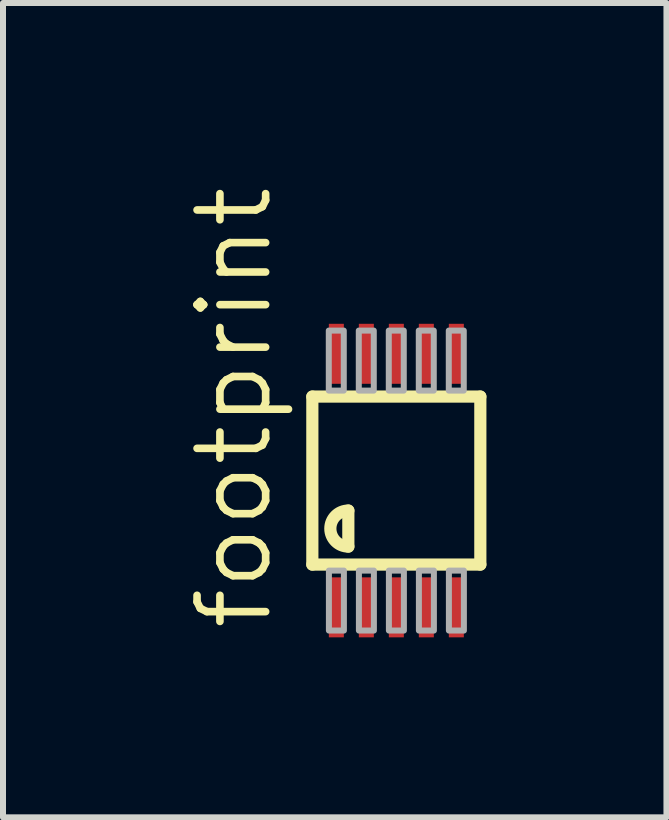
<source format=kicad_pcb>
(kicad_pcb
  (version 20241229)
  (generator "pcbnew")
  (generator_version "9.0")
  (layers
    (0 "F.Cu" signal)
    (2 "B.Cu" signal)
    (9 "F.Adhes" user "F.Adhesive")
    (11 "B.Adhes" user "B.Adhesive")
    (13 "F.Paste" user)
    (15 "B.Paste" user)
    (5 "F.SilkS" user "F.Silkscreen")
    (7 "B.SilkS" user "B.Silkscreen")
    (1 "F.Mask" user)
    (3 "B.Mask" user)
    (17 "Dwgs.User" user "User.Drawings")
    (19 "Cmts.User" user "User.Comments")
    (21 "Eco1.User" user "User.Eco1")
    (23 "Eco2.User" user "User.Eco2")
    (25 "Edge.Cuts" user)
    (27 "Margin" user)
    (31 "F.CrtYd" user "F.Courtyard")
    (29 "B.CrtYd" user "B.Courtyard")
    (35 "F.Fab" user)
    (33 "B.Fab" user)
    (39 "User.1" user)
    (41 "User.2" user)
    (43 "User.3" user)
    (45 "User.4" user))
  (footprint "footprint"
    (layer "F.Cu")
    (at 3.556 4.96)
    (property "Reference" "footprint" (at -2.032 2.54 90) (layer "F.SilkS") (effects (font (size 1.143 1.143) (thickness 0.127)) (justify left bottom)))
    (fp_line (start -1.4 -1.4) (end 1.4 -1.4) (stroke (width 0.203) (type solid)) (layer "F.SilkS"))
    (fp_line (start -1.4 1.4) (end -1.4 -1.4) (stroke (width 0.203) (type solid)) (layer "F.SilkS"))
    (fp_line (start -0.8 0.5) (end -0.8 1.1) (stroke (width 0.203) (type solid)) (layer "F.SilkS"))
    (fp_line (start 1.4 -1.4) (end 1.4 1.4) (stroke (width 0.203) (type solid)) (layer "F.SilkS"))
    (fp_line (start 1.4 1.4) (end -1.4 1.4) (stroke (width 0.203) (type solid)) (layer "F.SilkS"))
    (fp_arc (start -0.8 1.1) (mid -1.1 0.8) (end -0.8 0.5) (stroke (width 0.2032) (type solid)) (layer "F.SilkS"))
    (fp_poly (pts (xy -1.124 2.5) (xy -0.874 2.5) (xy -0.874 1.5) (xy -1.124 1.5)) (stroke (width 0.1) (type solid)) (fill no) (layer "F.Fab"))
    (fp_poly (pts (xy -0.876 -2.5) (xy -1.126 -2.5) (xy -1.126 -1.5) (xy -0.876 -1.5)) (stroke (width 0.1) (type solid)) (fill no) (layer "F.Fab"))
    (fp_poly (pts (xy -0.624 2.5) (xy -0.374 2.5) (xy -0.374 1.5) (xy -0.624 1.5)) (stroke (width 0.1) (type solid)) (fill no) (layer "F.Fab"))
    (fp_poly (pts (xy -0.376 -2.5) (xy -0.626 -2.5) (xy -0.626 -1.5) (xy -0.376 -1.5)) (stroke (width 0.1) (type solid)) (fill no) (layer "F.Fab"))
    (fp_poly (pts (xy -0.124 2.5) (xy 0.126 2.5) (xy 0.126 1.5) (xy -0.124 1.5)) (stroke (width 0.1) (type solid)) (fill no) (layer "F.Fab"))
    (fp_poly (pts (xy 0.124 -2.5) (xy -0.126 -2.5) (xy -0.126 -1.5) (xy 0.124 -1.5)) (stroke (width 0.1) (type solid)) (fill no) (layer "F.Fab"))
    (fp_poly (pts (xy 0.376 2.5) (xy 0.626 2.5) (xy 0.626 1.5) (xy 0.376 1.5)) (stroke (width 0.1) (type solid)) (fill no) (layer "F.Fab"))
    (fp_poly (pts (xy 0.624 -2.5) (xy 0.374 -2.5) (xy 0.374 -1.5) (xy 0.624 -1.5)) (stroke (width 0.1) (type solid)) (fill no) (layer "F.Fab"))
    (fp_poly (pts (xy 0.876 2.5) (xy 1.126 2.5) (xy 1.126 1.5) (xy 0.876 1.5)) (stroke (width 0.1) (type solid)) (fill no) (layer "F.Fab"))
    (fp_poly (pts (xy 1.124 -2.5) (xy 0.874 -2.5) (xy 0.874 -1.5) (xy 1.124 -1.5)) (stroke (width 0.1) (type solid)) (fill no) (layer "F.Fab"))
    (pad "1" smd rect (at -1 2.113) (size 0.25 1) (layers "F.Cu" "F.Mask" "F.Paste"))
    (pad "2" smd rect (at -0.5 2.113) (size 0.25 1) (layers "F.Cu" "F.Mask" "F.Paste"))
    (pad "3" smd rect (at 0 2.113) (size 0.25 1) (layers "F.Cu" "F.Mask" "F.Paste"))
    (pad "4" smd rect (at 0.5 2.113) (size 0.25 1) (layers "F.Cu" "F.Mask" "F.Paste"))
    (pad "5" smd rect (at 1 2.113) (size 0.25 1) (layers "F.Cu" "F.Mask" "F.Paste"))
    (pad "6" smd rect (at 1 -2.113 180) (size 0.25 1) (layers "F.Cu" "F.Mask" "F.Paste"))
    (pad "7" smd rect (at 0.5 -2.113 180) (size 0.25 1) (layers "F.Cu" "F.Mask" "F.Paste"))
    (pad "8" smd rect (at 0 -2.113 180) (size 0.25 1) (layers "F.Cu" "F.Mask" "F.Paste"))
    (pad "9" smd rect (at -0.5 -2.113 180) (size 0.25 1) (layers "F.Cu" "F.Mask" "F.Paste"))
    (pad "10" smd rect (at -1 -2.113 180) (size 0.25 1) (layers "F.Cu" "F.Mask" "F.Paste")))
  (gr_rect
    (start -3 -3)
    (end 8.058 10.573)
    (stroke (width 0.1) (type default))
    (fill no)
    (layer "Edge.Cuts")))
</source>
